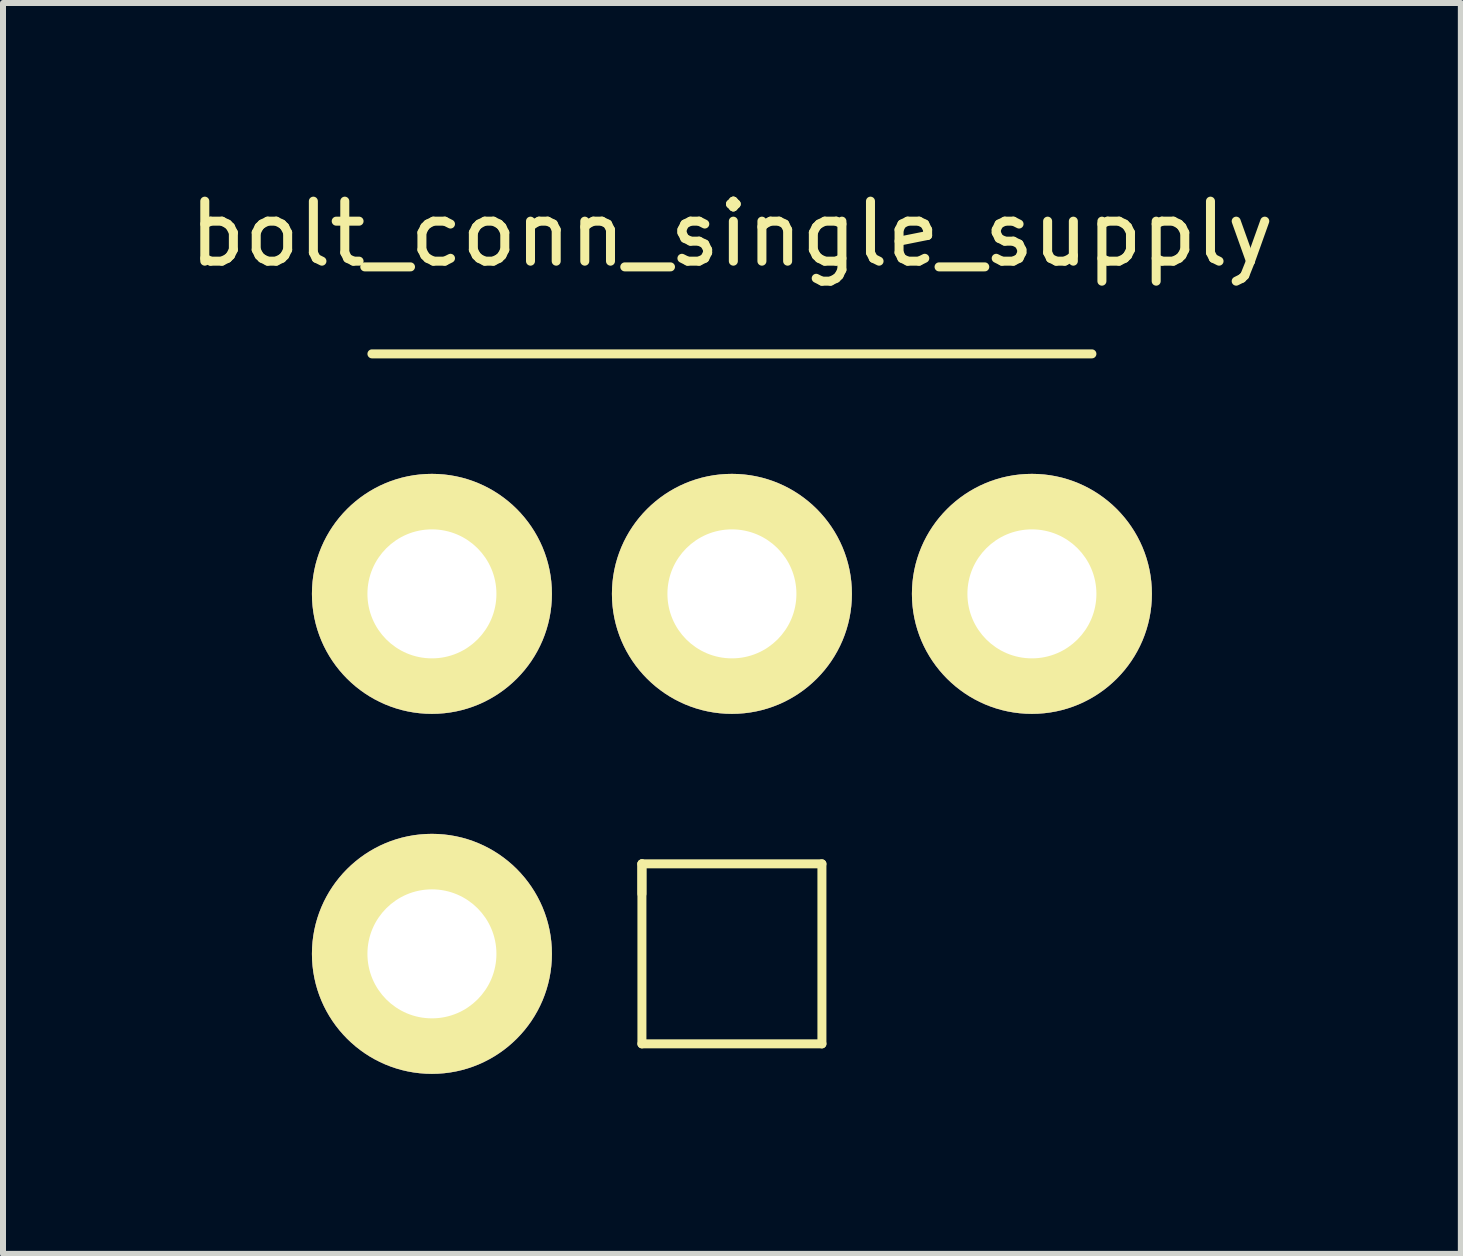
<source format=kicad_pcb>
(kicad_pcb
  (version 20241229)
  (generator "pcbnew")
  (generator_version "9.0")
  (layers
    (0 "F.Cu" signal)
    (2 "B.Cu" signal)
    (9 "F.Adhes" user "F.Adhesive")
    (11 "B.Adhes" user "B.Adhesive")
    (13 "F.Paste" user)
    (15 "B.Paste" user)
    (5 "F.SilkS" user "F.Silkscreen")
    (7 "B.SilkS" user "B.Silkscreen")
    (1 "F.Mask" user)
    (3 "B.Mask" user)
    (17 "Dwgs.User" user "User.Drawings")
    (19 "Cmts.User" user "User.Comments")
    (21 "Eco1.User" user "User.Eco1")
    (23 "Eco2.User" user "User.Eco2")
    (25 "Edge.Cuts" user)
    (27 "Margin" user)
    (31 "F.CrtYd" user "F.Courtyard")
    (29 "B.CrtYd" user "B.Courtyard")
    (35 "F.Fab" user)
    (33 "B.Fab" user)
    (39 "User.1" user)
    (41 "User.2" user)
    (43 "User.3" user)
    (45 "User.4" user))
  (footprint "bolt_conn_single_supply"
    (layer "F.Cu")
    (at 9.149 12.848)
    (property "Reference" "bolt_conn_single_supply" (at 0 -12 0) (layer "F.SilkS") (effects (font (size 1 1) (thickness 0.15))))
    (attr through_hole)
    (fp_line (start -6 -10) (end 6 -10) (stroke (width 0.15) (type solid)) (layer "F.SilkS"))
    (fp_line (start -1.5 -1.5) (end -1.5 -1) (stroke (width 0.15) (type solid)) (layer "F.SilkS"))
    (fp_line (start -1.5 -1.5) (end 1.5 -1.5) (stroke (width 0.15) (type solid)) (layer "F.SilkS"))
    (fp_line (start -1.5 1.5) (end -1.5 -1.5) (stroke (width 0.15) (type solid)) (layer "F.SilkS"))
    (fp_line (start 1.5 -1.5) (end 1.5 1.5) (stroke (width 0.15) (type solid)) (layer "F.SilkS"))
    (fp_line (start 1.5 1.5) (end -1.5 1.5) (stroke (width 0.15) (type solid)) (layer "F.SilkS"))
    (pad "1" thru_hole circle (at -5 0) (size 4 4) (drill 2.15) (layers "*.Cu" "F.Mask" "F.SilkS"))
    (pad "2" thru_hole circle (at 5 -6) (size 4 4) (drill 2.15) (layers "*.Cu" "F.Mask" "F.SilkS"))
    (pad "3" thru_hole circle (at -5 -6) (size 4 4) (drill 2.15) (layers "*.Cu" "F.Mask" "F.SilkS"))
    (pad "4" thru_hole circle (at 0 -6) (size 4 4) (drill 2.15) (layers "*.Cu" "F.Mask" "F.SilkS")))
  (gr_rect
    (start -3 -3)
    (end 21.298 17.848)
    (stroke (width 0.1) (type default))
    (fill no)
    (layer "Edge.Cuts")))
</source>
